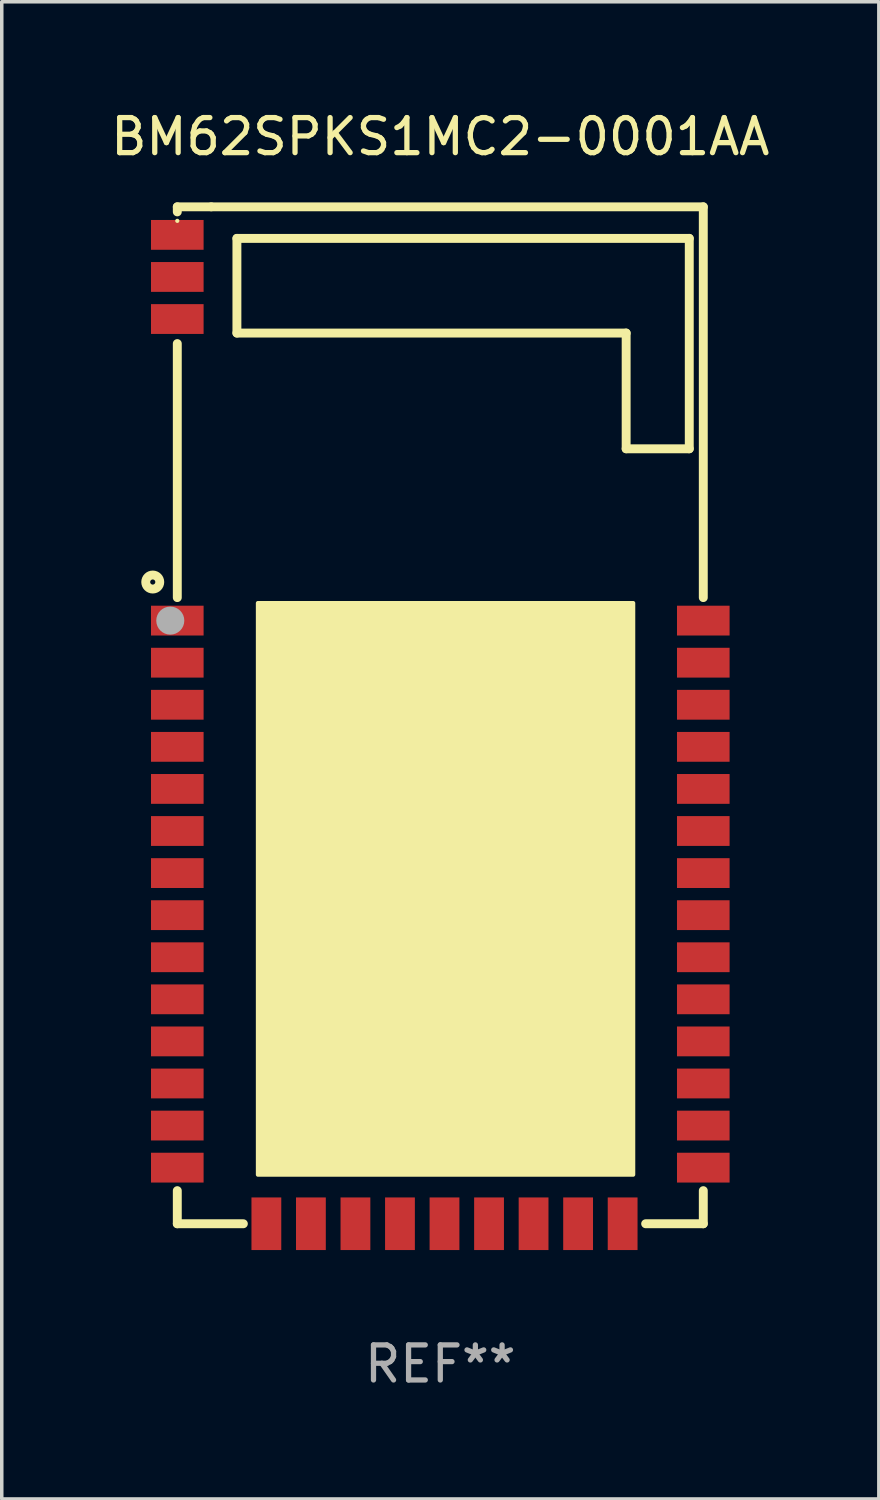
<source format=kicad_pcb>
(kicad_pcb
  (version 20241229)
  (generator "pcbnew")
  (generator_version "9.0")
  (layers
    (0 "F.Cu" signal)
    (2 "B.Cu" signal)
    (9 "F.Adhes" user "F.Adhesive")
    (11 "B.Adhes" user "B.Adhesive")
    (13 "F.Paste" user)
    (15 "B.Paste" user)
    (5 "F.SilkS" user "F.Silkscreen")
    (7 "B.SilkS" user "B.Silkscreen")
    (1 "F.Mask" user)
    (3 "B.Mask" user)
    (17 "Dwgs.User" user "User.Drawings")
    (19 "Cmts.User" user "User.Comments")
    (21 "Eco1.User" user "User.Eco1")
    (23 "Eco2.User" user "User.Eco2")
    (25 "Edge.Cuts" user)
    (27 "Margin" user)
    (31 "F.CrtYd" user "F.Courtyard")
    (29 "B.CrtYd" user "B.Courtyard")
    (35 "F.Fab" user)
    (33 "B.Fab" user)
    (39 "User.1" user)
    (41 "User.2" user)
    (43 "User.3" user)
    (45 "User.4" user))
  (footprint "BM62SPKS1MC2-0001AA"
    (layer "F.Cu")
    (at 9.506 17.348)
    (property "Reference" "BM62SPKS1MC2-0001AA" (at 0 -16.5 0) (layer "F.SilkS") (effects (font (size 1 1) (thickness 0.15))))
    (attr through_hole)
    (fp_line (start -7.5 -14.5) (end -7.5 -14.356) (stroke (width 0.254) (type solid)) (layer "F.SilkS"))
    (fp_line (start -7.5 -10.6) (end -7.5 -3.356) (stroke (width 0.254) (type solid)) (layer "F.SilkS"))
    (fp_line (start -7.5 13.556) (end -7.5 14.5) (stroke (width 0.254) (type solid)) (layer "F.SilkS"))
    (fp_line (start -7.5 14.5) (end -5.616 14.5) (stroke (width 0.254) (type solid)) (layer "F.SilkS"))
    (fp_line (start -6.532 -14.5) (end -7.5 -14.5) (stroke (width 0.254) (type solid)) (layer "F.SilkS"))
    (fp_line (start -5.8 -13.6) (end 7.1 -13.6) (stroke (width 0.254) (type solid)) (layer "F.SilkS"))
    (fp_line (start -5.8 -10.9) (end -5.8 -13.6) (stroke (width 0.254) (type solid)) (layer "F.SilkS"))
    (fp_line (start 5.3 -10.9) (end -5.8 -10.9) (stroke (width 0.254) (type solid)) (layer "F.SilkS"))
    (fp_line (start 5.3 -7.6) (end 5.3 -10.9) (stroke (width 0.254) (type solid)) (layer "F.SilkS"))
    (fp_line (start 5.856 14.5) (end 7.5 14.5) (stroke (width 0.254) (type solid)) (layer "F.SilkS"))
    (fp_line (start 7.1 -13.6) (end 7.1 -7.6) (stroke (width 0.254) (type solid)) (layer "F.SilkS"))
    (fp_line (start 7.1 -7.6) (end 5.3 -7.6) (stroke (width 0.254) (type solid)) (layer "F.SilkS"))
    (fp_line (start 7.5 -14.5) (end -6.532 -14.5) (stroke (width 0.254) (type solid)) (layer "F.SilkS"))
    (fp_line (start 7.5 -3.356) (end 7.5 -14.5) (stroke (width 0.254) (type solid)) (layer "F.SilkS"))
    (fp_line (start 7.5 14.5) (end 7.5 13.556) (stroke (width 0.254) (type solid)) (layer "F.SilkS"))
    (fp_circle (center -8.2 -3.8) (end -8 -3.8) (stroke (width 0.254) (type solid)) (fill no) (layer "F.SilkS"))
    (fp_circle (center -7.5 -14.1) (end -7.47 -14.1) (stroke (width 0.06) (type solid)) (fill no) (layer "F.SilkS"))
    (fp_poly (pts (xy -5.2 -3.2) (xy 5.5 -3.2) (xy 5.5 13.1) (xy -5.2 13.1)) (stroke (width 0.12) (type solid)) (fill yes) (layer "F.SilkS"))
    (fp_circle (center -7.7 -2.7) (end -7.5 -2.7) (stroke (width 0.4) (type solid)) (fill no) (layer "F.Fab"))
    (fp_text user "REF**" (at 0 18.5 0) (layer "F.Fab") (effects (font (size 1 1) (thickness 0.15))))
    (pad "1" smd rect (at -7.5 -2.7) (size 1.5 0.85) (layers "F.Cu" "F.Mask" "F.Paste"))
    (pad "2" smd rect (at -7.5 -1.5) (size 1.5 0.85) (layers "F.Cu" "F.Mask" "F.Paste"))
    (pad "3" smd rect (at -7.5 -0.3) (size 1.5 0.85) (layers "F.Cu" "F.Mask" "F.Paste"))
    (pad "4" smd rect (at -7.5 0.9) (size 1.5 0.85) (layers "F.Cu" "F.Mask" "F.Paste"))
    (pad "5" smd rect (at -7.5 2.1) (size 1.5 0.85) (layers "F.Cu" "F.Mask" "F.Paste"))
    (pad "6" smd rect (at -7.5 3.3) (size 1.5 0.85) (layers "F.Cu" "F.Mask" "F.Paste"))
    (pad "7" smd rect (at -7.5 4.5) (size 1.5 0.85) (layers "F.Cu" "F.Mask" "F.Paste"))
    (pad "8" smd rect (at -7.5 5.7) (size 1.5 0.85) (layers "F.Cu" "F.Mask" "F.Paste"))
    (pad "9" smd rect (at -7.5 6.9) (size 1.5 0.85) (layers "F.Cu" "F.Mask" "F.Paste"))
    (pad "10" smd rect (at -7.5 8.1) (size 1.5 0.85) (layers "F.Cu" "F.Mask" "F.Paste"))
    (pad "11" smd rect (at -7.5 9.3) (size 1.5 0.85) (layers "F.Cu" "F.Mask" "F.Paste"))
    (pad "12" smd rect (at -7.5 10.5) (size 1.5 0.85) (layers "F.Cu" "F.Mask" "F.Paste"))
    (pad "13" smd rect (at -7.5 11.7) (size 1.5 0.85) (layers "F.Cu" "F.Mask" "F.Paste"))
    (pad "14" smd rect (at -7.5 12.9) (size 1.5 0.85) (layers "F.Cu" "F.Mask" "F.Paste"))
    (pad "15" smd rect (at -4.96 14.5) (size 0.85 1.5) (layers "F.Cu" "F.Mask" "F.Paste"))
    (pad "16" smd rect (at -3.69 14.5) (size 0.85 1.5) (layers "F.Cu" "F.Mask" "F.Paste"))
    (pad "17" smd rect (at -2.42 14.5) (size 0.85 1.5) (layers "F.Cu" "F.Mask" "F.Paste"))
    (pad "18" smd rect (at -1.15 14.5) (size 0.85 1.5) (layers "F.Cu" "F.Mask" "F.Paste"))
    (pad "19" smd rect (at 0.12 14.5) (size 0.85 1.5) (layers "F.Cu" "F.Mask" "F.Paste"))
    (pad "20" smd rect (at 1.39 14.5) (size 0.85 1.5) (layers "F.Cu" "F.Mask" "F.Paste"))
    (pad "21" smd rect (at 2.66 14.5) (size 0.85 1.5) (layers "F.Cu" "F.Mask" "F.Paste"))
    (pad "22" smd rect (at 3.93 14.5) (size 0.85 1.5) (layers "F.Cu" "F.Mask" "F.Paste"))
    (pad "23" smd rect (at 5.2 14.5) (size 0.85 1.5) (layers "F.Cu" "F.Mask" "F.Paste"))
    (pad "24" smd rect (at 7.5 12.9) (size 1.5 0.85) (layers "F.Cu" "F.Mask" "F.Paste"))
    (pad "25" smd rect (at 7.5 11.7) (size 1.5 0.85) (layers "F.Cu" "F.Mask" "F.Paste"))
    (pad "26" smd rect (at 7.5 10.5) (size 1.5 0.85) (layers "F.Cu" "F.Mask" "F.Paste"))
    (pad "27" smd rect (at 7.5 9.3) (size 1.5 0.85) (layers "F.Cu" "F.Mask" "F.Paste"))
    (pad "28" smd rect (at 7.5 8.1) (size 1.5 0.85) (layers "F.Cu" "F.Mask" "F.Paste"))
    (pad "29" smd rect (at 7.5 6.9) (size 1.5 0.85) (layers "F.Cu" "F.Mask" "F.Paste"))
    (pad "30" smd rect (at 7.5 5.7) (size 1.5 0.85) (layers "F.Cu" "F.Mask" "F.Paste"))
    (pad "31" smd rect (at 7.5 4.5) (size 1.5 0.85) (layers "F.Cu" "F.Mask" "F.Paste"))
    (pad "32" smd rect (at 7.5 3.3) (size 1.5 0.85) (layers "F.Cu" "F.Mask" "F.Paste"))
    (pad "33" smd rect (at 7.5 2.1) (size 1.5 0.85) (layers "F.Cu" "F.Mask" "F.Paste"))
    (pad "34" smd rect (at 7.5 0.9) (size 1.5 0.85) (layers "F.Cu" "F.Mask" "F.Paste"))
    (pad "35" smd rect (at 7.5 -0.3) (size 1.5 0.85) (layers "F.Cu" "F.Mask" "F.Paste"))
    (pad "36" smd rect (at 7.5 -1.5) (size 1.5 0.85) (layers "F.Cu" "F.Mask" "F.Paste"))
    (pad "37" smd rect (at 7.5 -2.7) (size 1.5 0.85) (layers "F.Cu" "F.Mask" "F.Paste"))
    (pad "38" smd rect (at -7.5 -11.3) (size 1.5 0.85) (layers "F.Cu" "F.Mask" "F.Paste"))
    (pad "39" smd rect (at -7.5 -12.5) (size 1.5 0.85) (layers "F.Cu" "F.Mask" "F.Paste"))
    (pad "40" smd rect (at -7.5 -13.7) (size 1.5 0.85) (layers "F.Cu" "F.Mask" "F.Paste")))
  (gr_rect
    (start -3 -3)
    (end 22.012 39.697)
    (stroke (width 0.1) (type default))
    (fill no)
    (layer "Edge.Cuts")))
</source>
